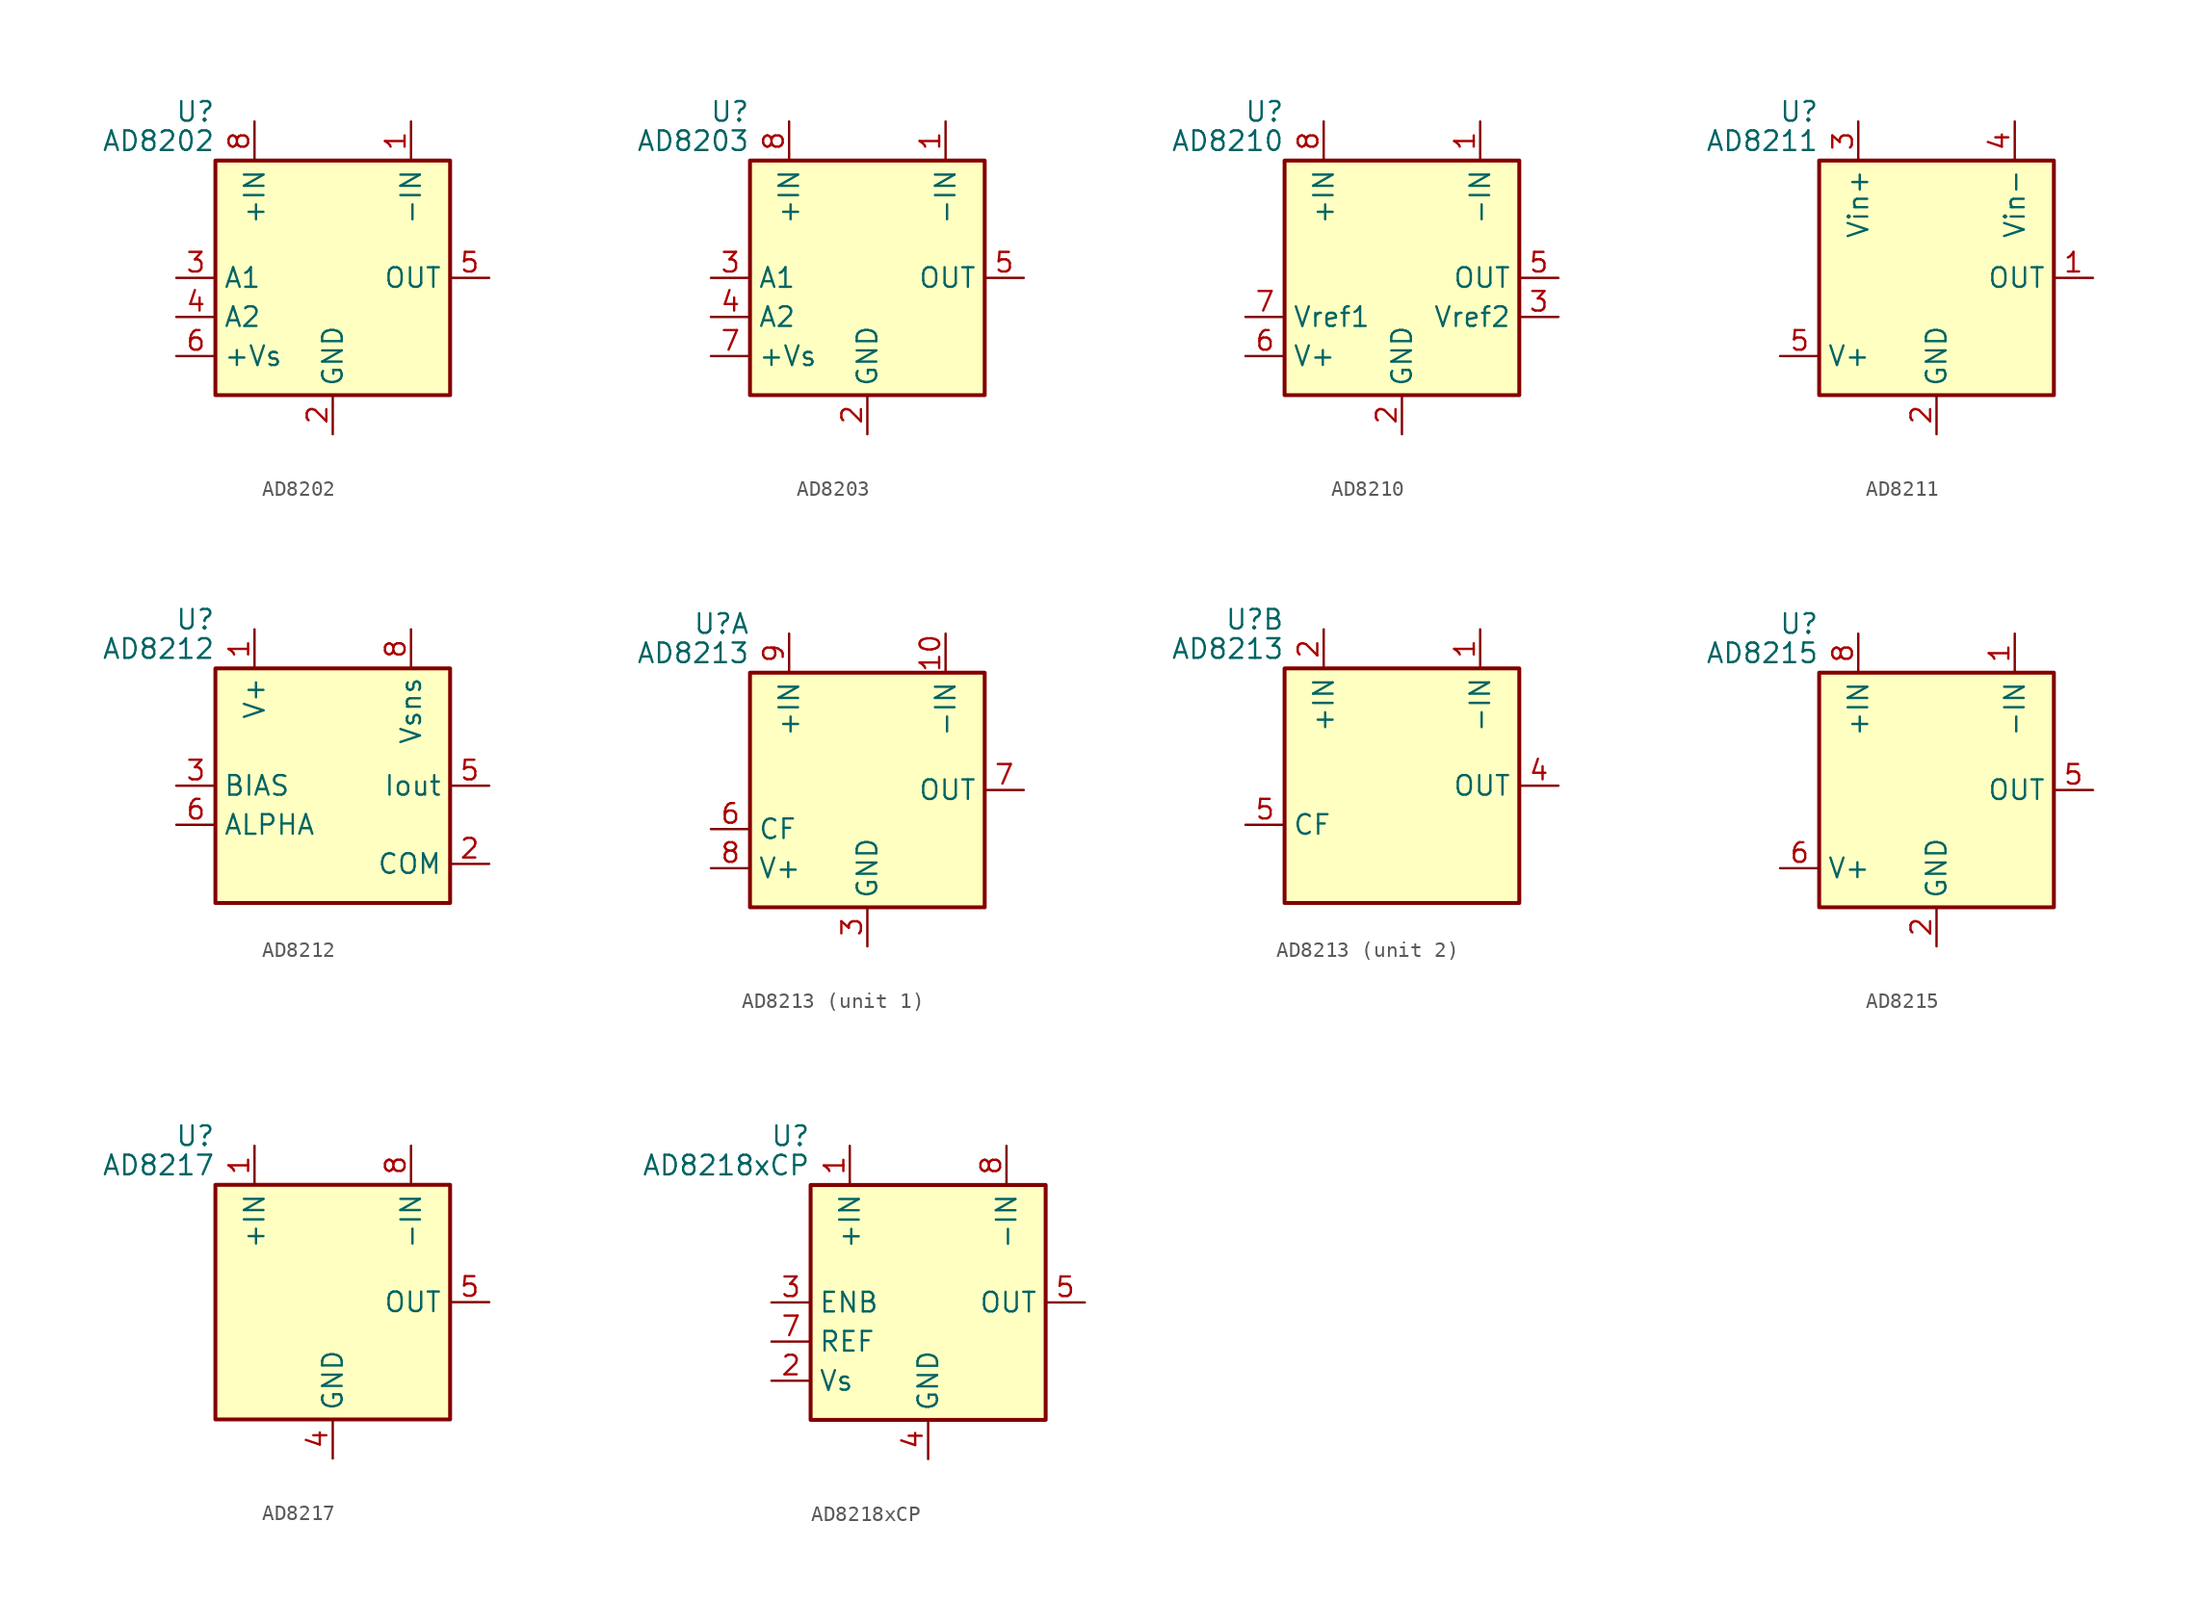
<source format=kicad_sym>
(kicad_symbol_lib
  (version 20241209)
  (generator "kicad_symbol_editor")
  (generator_version "9.0")
  (symbol "AD8202"
    (property "Reference" "U"
      (at -7.62 10.795 0)
      (effects (font (size 1.27 1.27)) (justify right)))
    (property "Value" "AD8202"
      (at -7.62 8.89 0)
      (effects (font (size 1.27 1.27)) (justify right)))
    (symbol "AD8202_0_1"
      (rectangle (start -7.62 7.62) (end 7.62 -7.62) (stroke (width 0.254) (type default)) (fill (type background))))
    (symbol "AD8202_1_1"
      (pin output line (at -10.16 0 0) (length 2.54) (name "A1" (effects (font (size 1.27 1.27)))) (number "3" (effects (font (size 1.27 1.27)))))
      (pin input line (at -10.16 -2.54 0) (length 2.54) (name "A2" (effects (font (size 1.27 1.27)))) (number "4" (effects (font (size 1.27 1.27)))))
      (pin power_in line (at -10.16 -5.08 0) (length 2.54) (name "+Vs" (effects (font (size 1.27 1.27)))) (number "6" (effects (font (size 1.27 1.27)))))
      (pin input line (at -5.08 10.16 270) (length 2.54) (name "+IN" (effects (font (size 1.27 1.27)))) (number "8" (effects (font (size 1.27 1.27)))))
      (pin power_in line (at 0 -10.16 90) (length 2.54) (name "GND" (effects (font (size 1.27 1.27)))) (number "2" (effects (font (size 1.27 1.27)))))
      (pin no_connect line (at 2.54 -7.62 90) (length 2.54) (hide yes) (name "NC" (effects (font (size 1.27 1.27)))) (number "7" (effects (font (size 1.27 1.27)))))
      (pin input line (at 5.08 10.16 270) (length 2.54) (name "-IN" (effects (font (size 1.27 1.27)))) (number "1" (effects (font (size 1.27 1.27)))))
      (pin output line (at 10.16 0 180) (length 2.54) (name "OUT" (effects (font (size 1.27 1.27)))) (number "5" (effects (font (size 1.27 1.27)))))))
  (symbol "AD8203"
    (property "Reference" "U"
      (at -7.62 10.795 0)
      (effects (font (size 1.27 1.27)) (justify right)))
    (property "Value" "AD8203"
      (at -7.62 8.89 0)
      (effects (font (size 1.27 1.27)) (justify right)))
    (symbol "AD8203_0_1"
      (rectangle (start -7.62 7.62) (end 7.62 -7.62) (stroke (width 0.254) (type default)) (fill (type background))))
    (symbol "AD8203_1_1"
      (pin output line (at -10.16 0 0) (length 2.54) (name "A1" (effects (font (size 1.27 1.27)))) (number "3" (effects (font (size 1.27 1.27)))))
      (pin input line (at -10.16 -2.54 0) (length 2.54) (name "A2" (effects (font (size 1.27 1.27)))) (number "4" (effects (font (size 1.27 1.27)))))
      (pin power_in line (at -10.16 -5.08 0) (length 2.54) (name "+Vs" (effects (font (size 1.27 1.27)))) (number "7" (effects (font (size 1.27 1.27)))))
      (pin input line (at -5.08 10.16 270) (length 2.54) (name "+IN" (effects (font (size 1.27 1.27)))) (number "8" (effects (font (size 1.27 1.27)))))
      (pin power_in line (at 0 -10.16 90) (length 2.54) (name "GND" (effects (font (size 1.27 1.27)))) (number "2" (effects (font (size 1.27 1.27)))))
      (pin no_connect line (at 2.54 -7.62 90) (length 2.54) (hide yes) (name "NC" (effects (font (size 1.27 1.27)))) (number "6" (effects (font (size 1.27 1.27)))))
      (pin input line (at 5.08 10.16 270) (length 2.54) (name "-IN" (effects (font (size 1.27 1.27)))) (number "1" (effects (font (size 1.27 1.27)))))
      (pin output line (at 10.16 0 180) (length 2.54) (name "OUT" (effects (font (size 1.27 1.27)))) (number "5" (effects (font (size 1.27 1.27)))))))
  (symbol "AD8210"
    (property "Reference" "U"
      (at -7.62 10.795 0)
      (effects (font (size 1.27 1.27)) (justify right)))
    (property "Value" "AD8210"
      (at -7.62 8.89 0)
      (effects (font (size 1.27 1.27)) (justify right)))
    (symbol "AD8210_0_1"
      (rectangle (start -7.62 7.62) (end 7.62 -7.62) (stroke (width 0.254) (type default)) (fill (type background))))
    (symbol "AD8210_1_1"
      (pin input line (at -10.16 -2.54 0) (length 2.54) (name "Vref1" (effects (font (size 1.27 1.27)))) (number "7" (effects (font (size 1.27 1.27)))))
      (pin power_in line (at -10.16 -5.08 0) (length 2.54) (name "V+" (effects (font (size 1.27 1.27)))) (number "6" (effects (font (size 1.27 1.27)))))
      (pin input line (at -5.08 10.16 270) (length 2.54) (name "+IN" (effects (font (size 1.27 1.27)))) (number "8" (effects (font (size 1.27 1.27)))))
      (pin power_in line (at 0 -10.16 90) (length 2.54) (name "GND" (effects (font (size 1.27 1.27)))) (number "2" (effects (font (size 1.27 1.27)))))
      (pin no_connect line (at 2.54 -7.62 90) (length 2.54) (hide yes) (name "NC" (effects (font (size 1.27 1.27)))) (number "4" (effects (font (size 1.27 1.27)))))
      (pin input line (at 5.08 10.16 270) (length 2.54) (name "-IN" (effects (font (size 1.27 1.27)))) (number "1" (effects (font (size 1.27 1.27)))))
      (pin output line (at 10.16 0 180) (length 2.54) (name "OUT" (effects (font (size 1.27 1.27)))) (number "5" (effects (font (size 1.27 1.27)))))
      (pin input line (at 10.16 -2.54 180) (length 2.54) (name "Vref2" (effects (font (size 1.27 1.27)))) (number "3" (effects (font (size 1.27 1.27)))))))
  (symbol "AD8211"
    (property "Reference" "U"
      (at -7.62 10.795 0)
      (effects (font (size 1.27 1.27)) (justify right)))
    (property "Value" "AD8211"
      (at -7.62 8.89 0)
      (effects (font (size 1.27 1.27)) (justify right)))
    (symbol "AD8211_0_1"
      (rectangle (start -7.62 7.62) (end 7.62 -7.62) (stroke (width 0.254) (type default)) (fill (type background))))
    (symbol "AD8211_1_1"
      (pin power_in line (at -10.16 -5.08 0) (length 2.54) (name "V+" (effects (font (size 1.27 1.27)))) (number "5" (effects (font (size 1.27 1.27)))))
      (pin input line (at -5.08 10.16 270) (length 2.54) (name "Vin+" (effects (font (size 1.27 1.27)))) (number "3" (effects (font (size 1.27 1.27)))))
      (pin power_in line (at 0 -10.16 90) (length 2.54) (name "GND" (effects (font (size 1.27 1.27)))) (number "2" (effects (font (size 1.27 1.27)))))
      (pin input line (at 5.08 10.16 270) (length 2.54) (name "Vin-" (effects (font (size 1.27 1.27)))) (number "4" (effects (font (size 1.27 1.27)))))
      (pin output line (at 10.16 0 180) (length 2.54) (name "OUT" (effects (font (size 1.27 1.27)))) (number "1" (effects (font (size 1.27 1.27)))))))
  (symbol "AD8212"
    (property "Reference" "U"
      (at -7.62 10.795 0)
      (effects (font (size 1.27 1.27)) (justify right)))
    (property "Value" "AD8212"
      (at -7.62 8.89 0)
      (effects (font (size 1.27 1.27)) (justify right)))
    (symbol "AD8212_0_1"
      (rectangle (start -7.62 7.62) (end 7.62 -7.62) (stroke (width 0.254) (type default)) (fill (type background))))
    (symbol "AD8212_1_1"
      (pin input line (at -10.16 0 0) (length 2.54) (name "BIAS" (effects (font (size 1.27 1.27)))) (number "3" (effects (font (size 1.27 1.27)))))
      (pin output line (at -10.16 -2.54 0) (length 2.54) (name "ALPHA" (effects (font (size 1.27 1.27)))) (number "6" (effects (font (size 1.27 1.27)))))
      (pin power_in line (at -5.08 10.16 270) (length 2.54) (name "V+" (effects (font (size 1.27 1.27)))) (number "1" (effects (font (size 1.27 1.27)))))
      (pin no_connect line (at -2.54 -7.62 90) (length 2.54) (hide yes) (name "NC" (effects (font (size 1.27 1.27)))) (number "4" (effects (font (size 1.27 1.27)))))
      (pin no_connect line (at 0 -7.62 90) (length 2.54) (hide yes) (name "NC" (effects (font (size 1.27 1.27)))) (number "7" (effects (font (size 1.27 1.27)))))
      (pin input line (at 5.08 10.16 270) (length 2.54) (name "Vsns" (effects (font (size 1.27 1.27)))) (number "8" (effects (font (size 1.27 1.27)))))
      (pin output line (at 10.16 0 180) (length 2.54) (name "Iout" (effects (font (size 1.27 1.27)))) (number "5" (effects (font (size 1.27 1.27)))))
      (pin input line (at 10.16 -5.08 180) (length 2.54) (name "COM" (effects (font (size 1.27 1.27)))) (number "2" (effects (font (size 1.27 1.27)))))))
  (symbol "AD8213"
    (property "Reference" "U"
      (at -7.62 10.795 0)
      (effects (font (size 1.27 1.27)) (justify right)))
    (property "Value" "AD8213"
      (at -7.62 8.89 0)
      (effects (font (size 1.27 1.27)) (justify right)))
    (symbol "AD8213_0_1"
      (rectangle (start -7.62 7.62) (end 7.62 -7.62) (stroke (width 0.254) (type default)) (fill (type background))))
    (symbol "AD8213_1_1"
      (pin passive line (at -10.16 -2.54 0) (length 2.54) (name "CF" (effects (font (size 1.27 1.27)))) (number "6" (effects (font (size 1.27 1.27)))))
      (pin power_in line (at -10.16 -5.08 0) (length 2.54) (name "V+" (effects (font (size 1.27 1.27)))) (number "8" (effects (font (size 1.27 1.27)))))
      (pin input line (at -5.08 10.16 270) (length 2.54) (name "+IN" (effects (font (size 1.27 1.27)))) (number "9" (effects (font (size 1.27 1.27)))))
      (pin power_in line (at 0 -10.16 90) (length 2.54) (name "GND" (effects (font (size 1.27 1.27)))) (number "3" (effects (font (size 1.27 1.27)))))
      (pin input line (at 5.08 10.16 270) (length 2.54) (name "-IN" (effects (font (size 1.27 1.27)))) (number "10" (effects (font (size 1.27 1.27)))))
      (pin output line (at 10.16 0 180) (length 2.54) (name "OUT" (effects (font (size 1.27 1.27)))) (number "7" (effects (font (size 1.27 1.27))))))
    (symbol "AD8213_2_1"
      (pin passive line (at -10.16 -2.54 0) (length 2.54) (name "CF" (effects (font (size 1.27 1.27)))) (number "5" (effects (font (size 1.27 1.27)))))
      (pin input line (at -5.08 10.16 270) (length 2.54) (name "+IN" (effects (font (size 1.27 1.27)))) (number "2" (effects (font (size 1.27 1.27)))))
      (pin input line (at 5.08 10.16 270) (length 2.54) (name "-IN" (effects (font (size 1.27 1.27)))) (number "1" (effects (font (size 1.27 1.27)))))
      (pin output line (at 10.16 0 180) (length 2.54) (name "OUT" (effects (font (size 1.27 1.27)))) (number "4" (effects (font (size 1.27 1.27)))))))
  (symbol "AD8215"
    (property "Reference" "U"
      (at -7.62 10.795 0)
      (effects (font (size 1.27 1.27)) (justify right)))
    (property "Value" "AD8215"
      (at -7.62 8.89 0)
      (effects (font (size 1.27 1.27)) (justify right)))
    (symbol "AD8215_0_1"
      (rectangle (start -7.62 7.62) (end 7.62 -7.62) (stroke (width 0.254) (type default)) (fill (type background))))
    (symbol "AD8215_1_1"
      (pin power_in line (at -10.16 -5.08 0) (length 2.54) (name "V+" (effects (font (size 1.27 1.27)))) (number "6" (effects (font (size 1.27 1.27)))))
      (pin input line (at -5.08 10.16 270) (length 2.54) (name "+IN" (effects (font (size 1.27 1.27)))) (number "8" (effects (font (size 1.27 1.27)))))
      (pin no_connect line (at -2.54 -7.62 90) (length 2.54) (hide yes) (name "NC" (effects (font (size 1.27 1.27)))) (number "3" (effects (font (size 1.27 1.27)))))
      (pin power_in line (at 0 -10.16 90) (length 2.54) (name "GND" (effects (font (size 1.27 1.27)))) (number "2" (effects (font (size 1.27 1.27)))))
      (pin no_connect line (at 2.54 -7.62 90) (length 2.54) (hide yes) (name "NC" (effects (font (size 1.27 1.27)))) (number "4" (effects (font (size 1.27 1.27)))))
      (pin input line (at 5.08 10.16 270) (length 2.54) (name "-IN" (effects (font (size 1.27 1.27)))) (number "1" (effects (font (size 1.27 1.27)))))
      (pin no_connect line (at 5.08 -7.62 90) (length 2.54) (hide yes) (name "NC" (effects (font (size 1.27 1.27)))) (number "7" (effects (font (size 1.27 1.27)))))
      (pin output line (at 10.16 0 180) (length 2.54) (name "OUT" (effects (font (size 1.27 1.27)))) (number "5" (effects (font (size 1.27 1.27)))))))
  (symbol "AD8217"
    (property "Reference" "U"
      (at -7.62 10.795 0)
      (effects (font (size 1.27 1.27)) (justify right)))
    (property "Value" "AD8217"
      (at -7.62 8.89 0)
      (effects (font (size 1.27 1.27)) (justify right)))
    (symbol "AD8217_0_1"
      (rectangle (start -7.62 7.62) (end 7.62 -7.62) (stroke (width 0.254) (type default)) (fill (type background))))
    (symbol "AD8217_1_1"
      (pin power_in line (at -5.08 10.16 270) (length 2.54) (name "+IN" (effects (font (size 1.27 1.27)))) (number "1" (effects (font (size 1.27 1.27)))))
      (pin no_connect line (at -5.08 -7.62 90) (length 2.54) (hide yes) (name "NC" (effects (font (size 1.27 1.27)))) (number "2" (effects (font (size 1.27 1.27)))))
      (pin no_connect line (at -2.54 -7.62 90) (length 2.54) (hide yes) (name "NC" (effects (font (size 1.27 1.27)))) (number "3" (effects (font (size 1.27 1.27)))))
      (pin power_in line (at 0 -10.16 90) (length 2.54) (name "GND" (effects (font (size 1.27 1.27)))) (number "4" (effects (font (size 1.27 1.27)))))
      (pin no_connect line (at 2.54 -7.62 90) (length 2.54) (hide yes) (name "NC" (effects (font (size 1.27 1.27)))) (number "6" (effects (font (size 1.27 1.27)))))
      (pin input line (at 5.08 10.16 270) (length 2.54) (name "-IN" (effects (font (size 1.27 1.27)))) (number "8" (effects (font (size 1.27 1.27)))))
      (pin no_connect line (at 5.08 -7.62 90) (length 2.54) (hide yes) (name "NC" (effects (font (size 1.27 1.27)))) (number "7" (effects (font (size 1.27 1.27)))))
      (pin output line (at 10.16 0 180) (length 2.54) (name "OUT" (effects (font (size 1.27 1.27)))) (number "5" (effects (font (size 1.27 1.27)))))))
  (symbol "AD8218xCP"
    (property "Reference" "U"
      (at -7.62 10.795 0)
      (effects (font (size 1.27 1.27)) (justify right)))
    (property "Value" "AD8218xCP"
      (at -7.62 8.89 0)
      (effects (font (size 1.27 1.27)) (justify right)))
    (symbol "AD8218xCP_0_1"
      (rectangle (start -7.62 7.62) (end 7.62 -7.62) (stroke (width 0.254) (type default)) (fill (type background))))
    (symbol "AD8218xCP_1_1"
      (pin input line (at -10.16 0 0) (length 2.54) (name "ENB" (effects (font (size 1.27 1.27)))) (number "3" (effects (font (size 1.27 1.27)))))
      (pin input line (at -10.16 -2.54 0) (length 2.54) (name "REF" (effects (font (size 1.27 1.27)))) (number "7" (effects (font (size 1.27 1.27)))))
      (pin passive line (at -10.16 -5.08 0) (length 2.54) (name "Vs" (effects (font (size 1.27 1.27)))) (number "2" (effects (font (size 1.27 1.27)))))
      (pin input line (at -5.08 10.16 270) (length 2.54) (name "+IN" (effects (font (size 1.27 1.27)))) (number "1" (effects (font (size 1.27 1.27)))))
      (pin power_in line (at 0 -10.16 90) (length 2.54) (name "GND" (effects (font (size 1.27 1.27)))) (number "4" (effects (font (size 1.27 1.27)))))
      (pin passive line (at 0 -10.16 90) (length 2.54) (hide yes) (name "GND" (effects (font (size 1.27 1.27)))) (number "9" (effects (font (size 1.27 1.27)))))
      (pin no_connect line (at 2.54 -7.62 90) (length 2.54) (hide yes) (name "NC" (effects (font (size 1.27 1.27)))) (number "6" (effects (font (size 1.27 1.27)))))
      (pin input line (at 5.08 10.16 270) (length 2.54) (name "-IN" (effects (font (size 1.27 1.27)))) (number "8" (effects (font (size 1.27 1.27)))))
      (pin output line (at 10.16 0 180) (length 2.54) (name "OUT" (effects (font (size 1.27 1.27)))) (number "5" (effects (font (size 1.27 1.27))))))))
</source>
